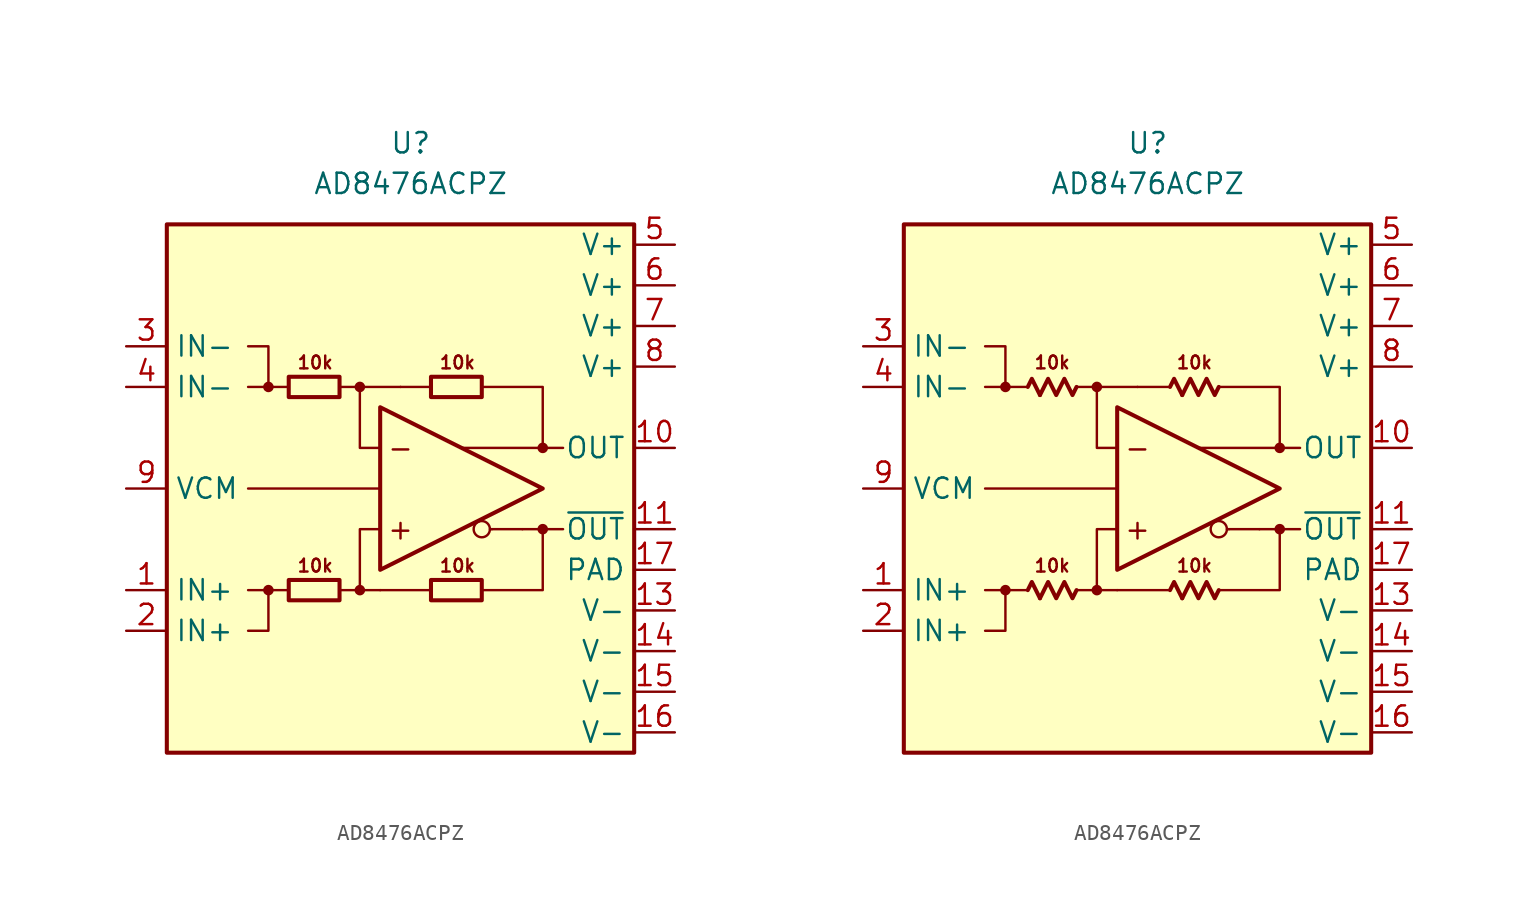
<source format=kicad_sym>
(kicad_symbol_lib
  (version 20231120)
  (generator "kicad_symbol_editor")
  (generator_version "8.0")
  (symbol "AD8476ACPZ"
    (property "Reference" "U"
      (at 0 21.59 0)
      (effects (font (size 1.27 1.27))))
    (property "Value" "AD8476ACPZ"
      (at 0 19.05 0)
      (effects (font (size 1.27 1.27))))
    (symbol "AD8476ACPZ_0_0"
      (rectangle (start -15.24 16.51) (end 13.97 -16.51) (stroke (width 0.254) (type default)) (fill (type background)))
      (circle (center -8.89 -6.35) (radius 0.254) (stroke (width 0.152) (type default)) (fill (type outline)))
      (circle (center -8.89 6.35) (radius 0.254) (stroke (width 0.152) (type default)) (fill (type outline)))
      (circle (center -3.175 -6.35) (radius 0.254) (stroke (width 0.152) (type default)) (fill (type outline)))
      (circle (center -3.175 6.35) (radius 0.254) (stroke (width 0.152) (type default)) (fill (type outline)))
      (polyline (pts (xy -7.62 -6.35) (xy -8.89 -6.35)) (stroke (width 0.152) (type default)) (fill (type none)))
      (polyline (pts (xy -7.62 6.35) (xy -8.89 6.35)) (stroke (width 0.152) (type default)) (fill (type none)))
      (polyline (pts (xy -3.175 6.35) (xy -0.635 6.35)) (stroke (width 0.152) (type default)) (fill (type none)))
      (polyline (pts (xy -1.905 -6.35) (xy -3.175 -6.35)) (stroke (width 0.152) (type default)) (fill (type none)))
      (polyline (pts (xy -1.905 0) (xy -10.16 0)) (stroke (width 0) (type default)) (fill (type none)))
      (polyline (pts (xy 1.27 -6.35) (xy -1.905 -6.35)) (stroke (width 0.152) (type default)) (fill (type none)))
      (polyline (pts (xy 1.27 6.35) (xy -0.635 6.35)) (stroke (width 0.152) (type default)) (fill (type none)))
      (polyline (pts (xy 5.08 -2.54) (xy 4.953 -2.54)) (stroke (width 0.152) (type default)) (fill (type none)))
      (polyline (pts (xy 6.985 -2.54) (xy 5.08 -2.54)) (stroke (width 0.152) (type default)) (fill (type none)))
      (polyline (pts (xy 8.255 -2.54) (xy 9.525 -2.54)) (stroke (width 0.152) (type default)) (fill (type none)))
      (polyline (pts (xy 8.255 2.54) (xy 9.525 2.54)) (stroke (width 0.152) (type default)) (fill (type none)))
      (polyline (pts (xy -10.16 -6.35) (xy -8.89 -6.35) (xy -8.89 -8.89) (xy -10.16 -8.89)) (stroke (width 0.152) (type default)) (fill (type none)))
      (polyline (pts (xy -10.16 6.35) (xy -8.89 6.35) (xy -8.89 8.89) (xy -10.16 8.89)) (stroke (width 0.152) (type default)) (fill (type none)))
      (polyline (pts (xy -4.445 -6.35) (xy -3.175 -6.35) (xy -3.175 -2.54) (xy -1.905 -2.54)) (stroke (width 0.152) (type default)) (fill (type none)))
      (polyline (pts (xy -1.905 2.54) (xy -3.175 2.54) (xy -3.175 6.35) (xy -4.445 6.35)) (stroke (width 0.152) (type default)) (fill (type none)))
      (polyline (pts (xy 4.445 6.35) (xy 8.255 6.35) (xy 8.255 2.54) (xy 3.175 2.54)) (stroke (width 0.152) (type default)) (fill (type none)))
      (polyline (pts (xy 6.985 -2.54) (xy 8.255 -2.54) (xy 8.255 -6.35) (xy 4.445 -6.35)) (stroke (width 0.152) (type default)) (fill (type none)))
      (circle (center 4.445 -2.54) (radius 0.508) (stroke (width 0.152) (type default)) (fill (type none)))
      (circle (center 8.255 -2.54) (radius 0.254) (stroke (width 0.152) (type default)) (fill (type outline)))
      (circle (center 8.255 2.54) (radius 0.254) (stroke (width 0.152) (type default)) (fill (type outline)))
      (text "+" (at -0.635 -2.54 0) (effects (font (size 1.27 1.27))))
      (text "-" (at -0.635 2.54 0) (effects (font (size 1.27 1.27))))
      (text "10k" (at -5.969 -4.826 0) (effects (font (size 0.8 0.8))))
      (text "10k" (at -5.969 7.874 0) (effects (font (size 0.8 0.8))))
      (text "10k" (at 2.921 -4.826 0) (effects (font (size 0.8 0.8))))
      (text "10k" (at 2.921 7.874 0) (effects (font (size 0.8 0.8)))))
    (symbol "AD8476ACPZ_0_1"
      (rectangle (start -7.62 -5.715) (end -4.445 -6.985) (stroke (width 0.254) (type default)) (fill (type none)))
      (rectangle (start -7.62 6.985) (end -4.445 5.715) (stroke (width 0.254) (type default)) (fill (type none)))
      (rectangle (start 1.27 -5.715) (end 4.445 -6.985) (stroke (width 0.254) (type default)) (fill (type none)))
      (rectangle (start 1.27 6.985) (end 4.445 5.715) (stroke (width 0.254) (type default)) (fill (type none))))
    (symbol "AD8476ACPZ_0_2"
      (polyline (pts (xy -6.731 -6.858) (xy -7.239 -5.842) (xy -7.493 -6.35)) (stroke (width 0.254) (type default)) (fill (type none)))
      (polyline (pts (xy -6.731 5.842) (xy -7.239 6.858) (xy -7.493 6.35)) (stroke (width 0.254) (type default)) (fill (type none)))
      (polyline (pts (xy 2.159 -6.858) (xy 1.651 -5.842) (xy 1.397 -6.35)) (stroke (width 0.254) (type default)) (fill (type none)))
      (polyline (pts (xy 2.159 5.842) (xy 1.651 6.858) (xy 1.397 6.35)) (stroke (width 0.254) (type default)) (fill (type none)))
      (polyline (pts (xy -4.445 -6.35) (xy -4.699 -6.858) (xy -5.207 -5.842) (xy -5.715 -6.858) (xy -6.223 -5.842) (xy -6.731 -6.858)) (stroke (width 0.254) (type default)) (fill (type none)))
      (polyline (pts (xy -4.445 6.35) (xy -4.699 5.842) (xy -5.207 6.858) (xy -5.715 5.842) (xy -6.223 6.858) (xy -6.731 5.842)) (stroke (width 0.254) (type default)) (fill (type none)))
      (polyline (pts (xy 4.445 -6.35) (xy 4.191 -6.858) (xy 3.683 -5.842) (xy 3.175 -6.858) (xy 2.667 -5.842) (xy 2.159 -6.858)) (stroke (width 0.254) (type default)) (fill (type none)))
      (polyline (pts (xy 4.445 6.35) (xy 4.191 5.842) (xy 3.683 6.858) (xy 3.175 5.842) (xy 2.667 6.858) (xy 2.159 5.842)) (stroke (width 0.254) (type default)) (fill (type none))))
    (symbol "AD8476ACPZ_1_0"
      (polyline (pts (xy -1.905 5.08) (xy -1.905 -5.08) (xy 8.255 0) (xy -1.905 5.08)) (stroke (width 0.254) (type default)) (fill (type none))))
    (symbol "AD8476ACPZ_1_1"
      (pin input line (at -17.78 -6.35 0) (length 2.54) (name "IN+" (effects (font (size 1.27 1.27)))) (number "1" (effects (font (size 1.27 1.27)))))
      (pin output line (at 16.51 2.54 180) (length 2.54) (name "OUT" (effects (font (size 1.27 1.27)))) (number "10" (effects (font (size 1.27 1.27)))))
      (pin output line (at 16.51 -2.54 180) (length 2.54) (name "~{OUT}" (effects (font (size 1.27 1.27)))) (number "11" (effects (font (size 1.27 1.27)))))
      (pin free line (at 1.27 -13.97 0) (length 2.54) hide (name "NC" (effects (font (size 1.27 1.27)))) (number "12" (effects (font (size 1.27 1.27)))))
      (pin power_in line (at 16.51 -7.62 180) (length 2.54) (name "V-" (effects (font (size 1.27 1.27)))) (number "13" (effects (font (size 1.27 1.27)))))
      (pin power_in line (at 16.51 -10.16 180) (length 2.54) (name "V-" (effects (font (size 1.27 1.27)))) (number "14" (effects (font (size 1.27 1.27)))))
      (pin power_in line (at 16.51 -12.7 180) (length 2.54) (name "V-" (effects (font (size 1.27 1.27)))) (number "15" (effects (font (size 1.27 1.27)))))
      (pin power_in line (at 16.51 -15.24 180) (length 2.54) (name "V-" (effects (font (size 1.27 1.27)))) (number "16" (effects (font (size 1.27 1.27)))))
      (pin power_in line (at 16.51 -5.08 180) (length 2.54) (name "PAD" (effects (font (size 1.27 1.27)))) (number "17" (effects (font (size 1.27 1.27)))))
      (pin input line (at -17.78 -8.89 0) (length 2.54) (name "IN+" (effects (font (size 1.27 1.27)))) (number "2" (effects (font (size 1.27 1.27)))))
      (pin input line (at -17.78 8.89 0) (length 2.54) (name "IN-" (effects (font (size 1.27 1.27)))) (number "3" (effects (font (size 1.27 1.27)))))
      (pin input line (at -17.78 6.35 0) (length 2.54) (name "IN-" (effects (font (size 1.27 1.27)))) (number "4" (effects (font (size 1.27 1.27)))))
      (pin power_in line (at 16.51 15.24 180) (length 2.54) (name "V+" (effects (font (size 1.27 1.27)))) (number "5" (effects (font (size 1.27 1.27)))))
      (pin power_in line (at 16.51 12.7 180) (length 2.54) (name "V+" (effects (font (size 1.27 1.27)))) (number "6" (effects (font (size 1.27 1.27)))))
      (pin power_in line (at 16.51 10.16 180) (length 2.54) (name "V+" (effects (font (size 1.27 1.27)))) (number "7" (effects (font (size 1.27 1.27)))))
      (pin power_in line (at 16.51 7.62 180) (length 2.54) (name "V+" (effects (font (size 1.27 1.27)))) (number "8" (effects (font (size 1.27 1.27)))))
      (pin input line (at -17.78 0 0) (length 2.54) (name "VCM" (effects (font (size 1.27 1.27)))) (number "9" (effects (font (size 1.27 1.27))))))
    (symbol "AD8476ACPZ_1_2"
      (pin input line (at -17.78 -6.35 0) (length 2.54) (name "IN+" (effects (font (size 1.27 1.27)))) (number "1" (effects (font (size 1.27 1.27)))))
      (pin output line (at 16.51 2.54 180) (length 2.54) (name "OUT" (effects (font (size 1.27 1.27)))) (number "10" (effects (font (size 1.27 1.27)))))
      (pin output line (at 16.51 -2.54 180) (length 2.54) (name "~{OUT}" (effects (font (size 1.27 1.27)))) (number "11" (effects (font (size 1.27 1.27)))))
      (pin free line (at 1.27 -13.97 0) (length 2.54) hide (name "NC" (effects (font (size 1.27 1.27)))) (number "12" (effects (font (size 1.27 1.27)))))
      (pin power_in line (at 16.51 -7.62 180) (length 2.54) (name "V-" (effects (font (size 1.27 1.27)))) (number "13" (effects (font (size 1.27 1.27)))))
      (pin power_in line (at 16.51 -10.16 180) (length 2.54) (name "V-" (effects (font (size 1.27 1.27)))) (number "14" (effects (font (size 1.27 1.27)))))
      (pin power_in line (at 16.51 -12.7 180) (length 2.54) (name "V-" (effects (font (size 1.27 1.27)))) (number "15" (effects (font (size 1.27 1.27)))))
      (pin power_in line (at 16.51 -15.24 180) (length 2.54) (name "V-" (effects (font (size 1.27 1.27)))) (number "16" (effects (font (size 1.27 1.27)))))
      (pin power_in line (at 16.51 -5.08 180) (length 2.54) (name "PAD" (effects (font (size 1.27 1.27)))) (number "17" (effects (font (size 1.27 1.27)))))
      (pin input line (at -17.78 -8.89 0) (length 2.54) (name "IN+" (effects (font (size 1.27 1.27)))) (number "2" (effects (font (size 1.27 1.27)))))
      (pin input line (at -17.78 8.89 0) (length 2.54) (name "IN-" (effects (font (size 1.27 1.27)))) (number "3" (effects (font (size 1.27 1.27)))))
      (pin input line (at -17.78 6.35 0) (length 2.54) (name "IN-" (effects (font (size 1.27 1.27)))) (number "4" (effects (font (size 1.27 1.27)))))
      (pin power_in line (at 16.51 15.24 180) (length 2.54) (name "V+" (effects (font (size 1.27 1.27)))) (number "5" (effects (font (size 1.27 1.27)))))
      (pin power_in line (at 16.51 12.7 180) (length 2.54) (name "V+" (effects (font (size 1.27 1.27)))) (number "6" (effects (font (size 1.27 1.27)))))
      (pin power_in line (at 16.51 10.16 180) (length 2.54) (name "V+" (effects (font (size 1.27 1.27)))) (number "7" (effects (font (size 1.27 1.27)))))
      (pin power_in line (at 16.51 7.62 180) (length 2.54) (name "V+" (effects (font (size 1.27 1.27)))) (number "8" (effects (font (size 1.27 1.27)))))
      (pin input line (at -17.78 0 0) (length 2.54) (name "VCM" (effects (font (size 1.27 1.27)))) (number "9" (effects (font (size 1.27 1.27))))))))
</source>
